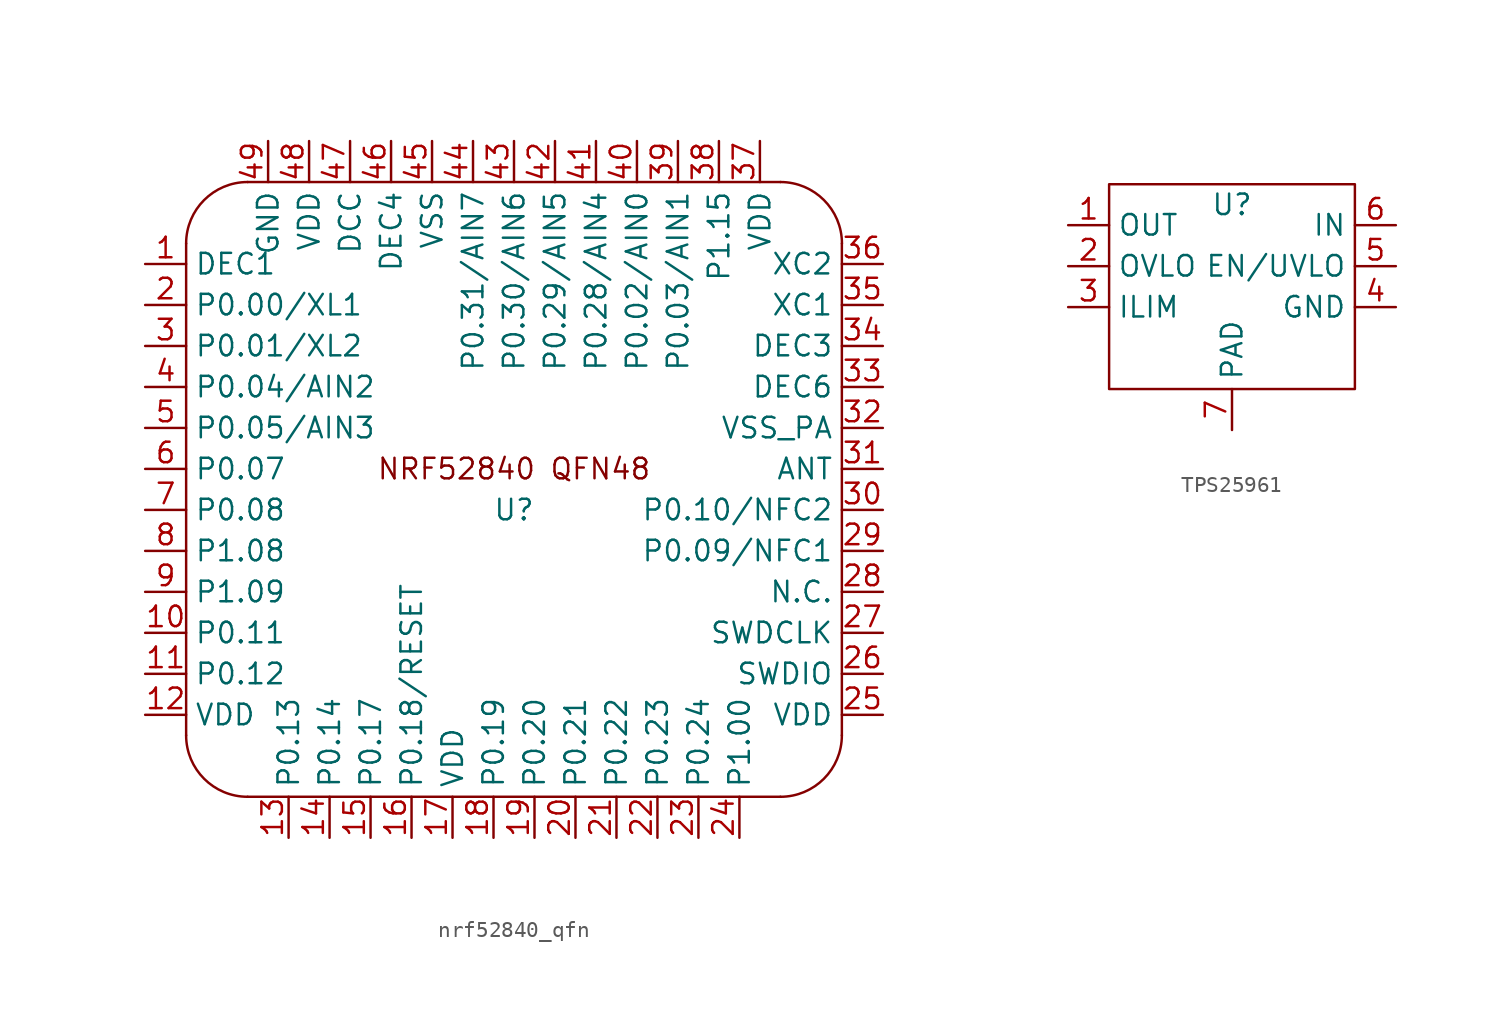
<source format=kicad_sym>
(kicad_symbol_lib
  (version 20231120)
  (generator "kicad_symbol_editor")
  (generator_version "8.0")
  (symbol "nrf52840_qfn"
    (property "Reference" "U"
      (at -1.27 -8.89 0)
      (effects (font (size 1.27 1.27))))
    (property "Value" ""
      (at -8.255 1.27 0)
      (effects (font (size 1.27 1.27))))
    (symbol "nrf52840_qfn_0_1"
      (arc (start -21.5899 -22.8599) (mid -20.474 -25.554) (end -17.7799 -26.6699) (stroke (width 0) (type default)) (fill (type none)))
      (arc (start -17.78 11.43) (mid -20.4741 10.3141) (end -21.59 7.62) (stroke (width 0) (type default)) (fill (type none)))
      (polyline (pts (xy -21.59 7.62) (xy -21.59 -22.86)) (stroke (width 0) (type default)) (fill (type none)))
      (polyline (pts (xy -17.78 11.43) (xy 15.24 11.43)) (stroke (width 0) (type default)) (fill (type none)))
      (polyline (pts (xy 15.24 -26.67) (xy -17.78 -26.67)) (stroke (width 0) (type default)) (fill (type none)))
      (polyline (pts (xy 19.05 -22.86) (xy 19.05 7.62)) (stroke (width 0) (type default)) (fill (type none)))
      (arc (start 15.24 -26.67) (mid 17.9341 -25.5541) (end 19.05 -22.86) (stroke (width 0) (type default)) (fill (type none)))
      (arc (start 19.05 7.62) (mid 17.9341 10.3141) (end 15.24 11.43) (stroke (width 0) (type default)) (fill (type none)))
      (text "NRF52840 QFN48" (at -1.27 -6.35 0) (effects (font (size 1.27 1.27)))))
    (symbol "nrf52840_qfn_1_1"
      (pin input line (at -24.13 6.35 0) (length 2.54) (name "DEC1" (effects (font (size 1.27 1.27)))) (number "1" (effects (font (size 1.27 1.27)))))
      (pin input line (at -24.13 -16.51 0) (length 2.54) (name "P0.11" (effects (font (size 1.27 1.27)))) (number "10" (effects (font (size 1.27 1.27)))))
      (pin input line (at -24.13 -19.05 0) (length 2.54) (name "P0.12" (effects (font (size 1.27 1.27)))) (number "11" (effects (font (size 1.27 1.27)))))
      (pin input line (at -24.13 -21.59 0) (length 2.54) (name "VDD" (effects (font (size 1.27 1.27)))) (number "12" (effects (font (size 1.27 1.27)))))
      (pin input line (at -15.24 -29.21 90) (length 2.54) (name "P0.13" (effects (font (size 1.27 1.27)))) (number "13" (effects (font (size 1.27 1.27)))))
      (pin input line (at -12.7 -29.21 90) (length 2.54) (name "P0.14" (effects (font (size 1.27 1.27)))) (number "14" (effects (font (size 1.27 1.27)))))
      (pin input line (at -10.16 -29.21 90) (length 2.54) (name "P0.17" (effects (font (size 1.27 1.27)))) (number "15" (effects (font (size 1.27 1.27)))))
      (pin input line (at -7.62 -29.21 90) (length 2.54) (name "P0.18/RESET" (effects (font (size 1.27 1.27)))) (number "16" (effects (font (size 1.27 1.27)))))
      (pin input line (at -5.08 -29.21 90) (length 2.54) (name "VDD" (effects (font (size 1.27 1.27)))) (number "17" (effects (font (size 1.27 1.27)))))
      (pin input line (at -2.54 -29.21 90) (length 2.54) (name "P0.19" (effects (font (size 1.27 1.27)))) (number "18" (effects (font (size 1.27 1.27)))))
      (pin input line (at 0 -29.21 90) (length 2.54) (name "P0.20" (effects (font (size 1.27 1.27)))) (number "19" (effects (font (size 1.27 1.27)))))
      (pin input line (at -24.13 3.81 0) (length 2.54) (name "P0.00/XL1" (effects (font (size 1.27 1.27)))) (number "2" (effects (font (size 1.27 1.27)))))
      (pin input line (at 2.54 -29.21 90) (length 2.54) (name "P0.21" (effects (font (size 1.27 1.27)))) (number "20" (effects (font (size 1.27 1.27)))))
      (pin input line (at 5.08 -29.21 90) (length 2.54) (name "P0.22" (effects (font (size 1.27 1.27)))) (number "21" (effects (font (size 1.27 1.27)))))
      (pin input line (at 7.62 -29.21 90) (length 2.54) (name "P0.23" (effects (font (size 1.27 1.27)))) (number "22" (effects (font (size 1.27 1.27)))))
      (pin input line (at 10.16 -29.21 90) (length 2.54) (name "P0.24" (effects (font (size 1.27 1.27)))) (number "23" (effects (font (size 1.27 1.27)))))
      (pin input line (at 12.7 -29.21 90) (length 2.54) (name "P1.00" (effects (font (size 1.27 1.27)))) (number "24" (effects (font (size 1.27 1.27)))))
      (pin input line (at 21.59 -21.59 180) (length 2.54) (name "VDD" (effects (font (size 1.27 1.27)))) (number "25" (effects (font (size 1.27 1.27)))))
      (pin input line (at 21.59 -19.05 180) (length 2.54) (name "SWDIO" (effects (font (size 1.27 1.27)))) (number "26" (effects (font (size 1.27 1.27)))))
      (pin input line (at 21.59 -16.51 180) (length 2.54) (name "SWDCLK" (effects (font (size 1.27 1.27)))) (number "27" (effects (font (size 1.27 1.27)))))
      (pin input line (at 21.59 -13.97 180) (length 2.54) (name "N.C." (effects (font (size 1.27 1.27)))) (number "28" (effects (font (size 1.27 1.27)))))
      (pin input line (at 21.59 -11.43 180) (length 2.54) (name "P0.09/NFC1" (effects (font (size 1.27 1.27)))) (number "29" (effects (font (size 1.27 1.27)))))
      (pin input line (at -24.13 1.27 0) (length 2.54) (name "P0.01/XL2" (effects (font (size 1.27 1.27)))) (number "3" (effects (font (size 1.27 1.27)))))
      (pin input line (at 21.59 -8.89 180) (length 2.54) (name "P0.10/NFC2" (effects (font (size 1.27 1.27)))) (number "30" (effects (font (size 1.27 1.27)))))
      (pin input line (at 21.59 -6.35 180) (length 2.54) (name "ANT" (effects (font (size 1.27 1.27)))) (number "31" (effects (font (size 1.27 1.27)))))
      (pin input line (at 21.59 -3.81 180) (length 2.54) (name "VSS_PA" (effects (font (size 1.27 1.27)))) (number "32" (effects (font (size 1.27 1.27)))))
      (pin input line (at 21.59 -1.27 180) (length 2.54) (name "DEC6" (effects (font (size 1.27 1.27)))) (number "33" (effects (font (size 1.27 1.27)))))
      (pin input line (at 21.59 1.27 180) (length 2.54) (name "DEC3" (effects (font (size 1.27 1.27)))) (number "34" (effects (font (size 1.27 1.27)))))
      (pin input line (at 21.59 3.81 180) (length 2.54) (name "XC1" (effects (font (size 1.27 1.27)))) (number "35" (effects (font (size 1.27 1.27)))))
      (pin input line (at 21.59 6.35 180) (length 2.54) (name "XC2" (effects (font (size 1.27 1.27)))) (number "36" (effects (font (size 1.27 1.27)))))
      (pin input line (at 13.97 13.97 270) (length 2.54) (name "VDD" (effects (font (size 1.27 1.27)))) (number "37" (effects (font (size 1.27 1.27)))))
      (pin input line (at 11.43 13.97 270) (length 2.54) (name "P1.15" (effects (font (size 1.27 1.27)))) (number "38" (effects (font (size 1.27 1.27)))))
      (pin input line (at 8.89 13.97 270) (length 2.54) (name "P0.03/AIN1" (effects (font (size 1.27 1.27)))) (number "39" (effects (font (size 1.27 1.27)))))
      (pin input line (at -24.13 -1.27 0) (length 2.54) (name "P0.04/AIN2" (effects (font (size 1.27 1.27)))) (number "4" (effects (font (size 1.27 1.27)))))
      (pin input line (at 6.35 13.97 270) (length 2.54) (name "P0.02/AIN0" (effects (font (size 1.27 1.27)))) (number "40" (effects (font (size 1.27 1.27)))))
      (pin input line (at 3.81 13.97 270) (length 2.54) (name "P0.28/AIN4" (effects (font (size 1.27 1.27)))) (number "41" (effects (font (size 1.27 1.27)))))
      (pin input line (at 1.27 13.97 270) (length 2.54) (name "P0.29/AIN5" (effects (font (size 1.27 1.27)))) (number "42" (effects (font (size 1.27 1.27)))))
      (pin input line (at -1.27 13.97 270) (length 2.54) (name "P0.30/AIN6" (effects (font (size 1.27 1.27)))) (number "43" (effects (font (size 1.27 1.27)))))
      (pin input line (at -3.81 13.97 270) (length 2.54) (name "P0.31/AIN7" (effects (font (size 1.27 1.27)))) (number "44" (effects (font (size 1.27 1.27)))))
      (pin input line (at -6.35 13.97 270) (length 2.54) (name "VSS" (effects (font (size 1.27 1.27)))) (number "45" (effects (font (size 1.27 1.27)))))
      (pin input line (at -8.89 13.97 270) (length 2.54) (name "DEC4" (effects (font (size 1.27 1.27)))) (number "46" (effects (font (size 1.27 1.27)))))
      (pin input line (at -11.43 13.97 270) (length 2.54) (name "DCC" (effects (font (size 1.27 1.27)))) (number "47" (effects (font (size 1.27 1.27)))))
      (pin input line (at -13.97 13.97 270) (length 2.54) (name "VDD" (effects (font (size 1.27 1.27)))) (number "48" (effects (font (size 1.27 1.27)))))
      (pin input line (at -16.51 13.97 270) (length 2.54) (name "GND" (effects (font (size 1.27 1.27)))) (number "49" (effects (font (size 1.27 1.27)))))
      (pin input line (at -24.13 -3.81 0) (length 2.54) (name "P0.05/AIN3" (effects (font (size 1.27 1.27)))) (number "5" (effects (font (size 1.27 1.27)))))
      (pin input line (at -24.13 -6.35 0) (length 2.54) (name "P0.07" (effects (font (size 1.27 1.27)))) (number "6" (effects (font (size 1.27 1.27)))))
      (pin input line (at -24.13 -8.89 0) (length 2.54) (name "P0.08" (effects (font (size 1.27 1.27)))) (number "7" (effects (font (size 1.27 1.27)))))
      (pin input line (at -24.13 -11.43 0) (length 2.54) (name "P1.08" (effects (font (size 1.27 1.27)))) (number "8" (effects (font (size 1.27 1.27)))))
      (pin input line (at -24.13 -13.97 0) (length 2.54) (name "P1.09" (effects (font (size 1.27 1.27)))) (number "9" (effects (font (size 1.27 1.27)))))))
  (symbol "TPS25961"
    (property "Reference" "U"
      (at 0 3.81 0)
      (effects (font (size 1.27 1.27))))
    (property "Value" ""
      (at 0.254 10.16 0)
      (effects (font (size 1.27 1.27))))
    (symbol "TPS25961_0_1"
      (rectangle (start -7.62 5.08) (end 7.62 -7.62) (stroke (width 0) (type default)) (fill (type none))))
    (symbol "TPS25961_1_1"
      (pin input line (at -10.16 2.54 0) (length 2.54) (name "OUT" (effects (font (size 1.27 1.27)))) (number "1" (effects (font (size 1.27 1.27)))))
      (pin input line (at -10.16 0 0) (length 2.54) (name "OVLO" (effects (font (size 1.27 1.27)))) (number "2" (effects (font (size 1.27 1.27)))))
      (pin input line (at -10.16 -2.54 0) (length 2.54) (name "ILIM" (effects (font (size 1.27 1.27)))) (number "3" (effects (font (size 1.27 1.27)))))
      (pin input line (at 10.16 -2.54 180) (length 2.54) (name "GND" (effects (font (size 1.27 1.27)))) (number "4" (effects (font (size 1.27 1.27)))))
      (pin input line (at 10.16 0 180) (length 2.54) (name "EN/UVLO" (effects (font (size 1.27 1.27)))) (number "5" (effects (font (size 1.27 1.27)))))
      (pin input line (at 10.16 2.54 180) (length 2.54) (name "IN" (effects (font (size 1.27 1.27)))) (number "6" (effects (font (size 1.27 1.27)))))
      (pin input line (at 0 -10.16 90) (length 2.54) (name "PAD" (effects (font (size 1.27 1.27)))) (number "7" (effects (font (size 1.27 1.27))))))))
</source>
